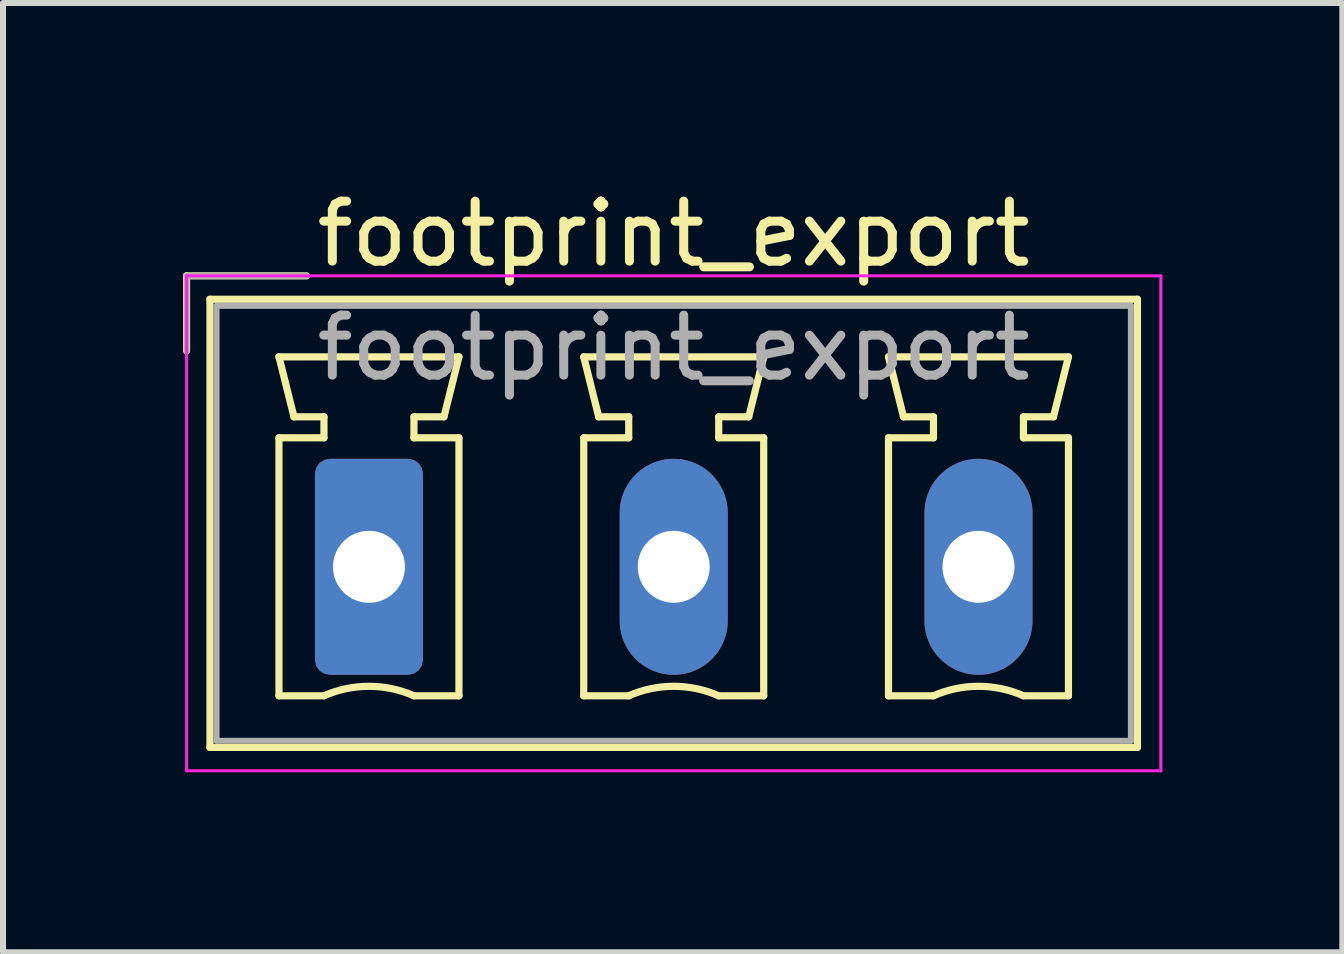
<source format=kicad_pcb>
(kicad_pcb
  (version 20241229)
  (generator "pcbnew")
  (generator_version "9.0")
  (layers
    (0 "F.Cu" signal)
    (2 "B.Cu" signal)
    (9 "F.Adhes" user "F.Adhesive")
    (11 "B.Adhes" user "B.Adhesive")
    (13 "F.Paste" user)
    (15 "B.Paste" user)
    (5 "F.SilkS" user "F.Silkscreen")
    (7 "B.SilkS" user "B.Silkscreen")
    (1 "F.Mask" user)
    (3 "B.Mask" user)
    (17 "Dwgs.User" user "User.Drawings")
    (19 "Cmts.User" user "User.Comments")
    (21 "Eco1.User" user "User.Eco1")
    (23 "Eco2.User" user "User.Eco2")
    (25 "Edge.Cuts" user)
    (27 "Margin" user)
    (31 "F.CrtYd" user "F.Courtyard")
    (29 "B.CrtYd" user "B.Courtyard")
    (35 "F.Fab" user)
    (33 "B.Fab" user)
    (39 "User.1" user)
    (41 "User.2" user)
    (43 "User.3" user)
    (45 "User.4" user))
  (footprint "footprint_export"
    (layer "F.Cu")
    (at 3.1 6.398)
    (property "Reference" "footprint_export" (at 5.08 -5.55 0) (layer "F.SilkS") (effects (font (size 1 1) (thickness 0.15))))
    (attr through_hole)
    (fp_line (start -3.04 -4.85) (end -1.04 -4.85) (stroke (width 0.12) (type solid)) (layer "F.SilkS"))
    (fp_line (start -3.04 -3.6) (end -3.04 -4.85) (stroke (width 0.12) (type solid)) (layer "F.SilkS"))
    (fp_line (start -2.65 -4.46) (end -2.65 3.01) (stroke (width 0.12) (type solid)) (layer "F.SilkS"))
    (fp_line (start -2.65 3.01) (end 12.81 3.01) (stroke (width 0.12) (type solid)) (layer "F.SilkS"))
    (fp_line (start -1.5 -3.5) (end 1.5 -3.5) (stroke (width 0.12) (type solid)) (layer "F.SilkS"))
    (fp_line (start -1.5 -2.15) (end -0.75 -2.15) (stroke (width 0.12) (type solid)) (layer "F.SilkS"))
    (fp_line (start -1.5 2.15) (end -1.5 -2.15) (stroke (width 0.12) (type solid)) (layer "F.SilkS"))
    (fp_line (start -1.25 -2.5) (end -1.5 -3.5) (stroke (width 0.12) (type solid)) (layer "F.SilkS"))
    (fp_line (start -0.75 -2.5) (end -1.25 -2.5) (stroke (width 0.12) (type solid)) (layer "F.SilkS"))
    (fp_line (start -0.75 -2.15) (end -0.75 -2.5) (stroke (width 0.12) (type solid)) (layer "F.SilkS"))
    (fp_line (start -0.75 2.15) (end -1.5 2.15) (stroke (width 0.12) (type solid)) (layer "F.SilkS"))
    (fp_line (start 0.75 -2.5) (end 0.75 -2.15) (stroke (width 0.12) (type solid)) (layer "F.SilkS"))
    (fp_line (start 0.75 -2.15) (end 1.5 -2.15) (stroke (width 0.12) (type solid)) (layer "F.SilkS"))
    (fp_line (start 1.25 -2.5) (end 0.75 -2.5) (stroke (width 0.12) (type solid)) (layer "F.SilkS"))
    (fp_line (start 1.5 -3.5) (end 1.25 -2.5) (stroke (width 0.12) (type solid)) (layer "F.SilkS"))
    (fp_line (start 1.5 -2.15) (end 1.5 2.15) (stroke (width 0.12) (type solid)) (layer "F.SilkS"))
    (fp_line (start 1.5 2.15) (end 0.75 2.15) (stroke (width 0.12) (type solid)) (layer "F.SilkS"))
    (fp_line (start 3.58 -3.5) (end 6.58 -3.5) (stroke (width 0.12) (type solid)) (layer "F.SilkS"))
    (fp_line (start 3.58 -2.15) (end 4.33 -2.15) (stroke (width 0.12) (type solid)) (layer "F.SilkS"))
    (fp_line (start 3.58 2.15) (end 3.58 -2.15) (stroke (width 0.12) (type solid)) (layer "F.SilkS"))
    (fp_line (start 3.83 -2.5) (end 3.58 -3.5) (stroke (width 0.12) (type solid)) (layer "F.SilkS"))
    (fp_line (start 4.33 -2.5) (end 3.83 -2.5) (stroke (width 0.12) (type solid)) (layer "F.SilkS"))
    (fp_line (start 4.33 -2.15) (end 4.33 -2.5) (stroke (width 0.12) (type solid)) (layer "F.SilkS"))
    (fp_line (start 4.33 2.15) (end 3.58 2.15) (stroke (width 0.12) (type solid)) (layer "F.SilkS"))
    (fp_line (start 5.83 -2.5) (end 5.83 -2.15) (stroke (width 0.12) (type solid)) (layer "F.SilkS"))
    (fp_line (start 5.83 -2.15) (end 6.58 -2.15) (stroke (width 0.12) (type solid)) (layer "F.SilkS"))
    (fp_line (start 6.33 -2.5) (end 5.83 -2.5) (stroke (width 0.12) (type solid)) (layer "F.SilkS"))
    (fp_line (start 6.58 -3.5) (end 6.33 -2.5) (stroke (width 0.12) (type solid)) (layer "F.SilkS"))
    (fp_line (start 6.58 -2.15) (end 6.58 2.15) (stroke (width 0.12) (type solid)) (layer "F.SilkS"))
    (fp_line (start 6.58 2.15) (end 5.83 2.15) (stroke (width 0.12) (type solid)) (layer "F.SilkS"))
    (fp_line (start 8.66 -3.5) (end 11.66 -3.5) (stroke (width 0.12) (type solid)) (layer "F.SilkS"))
    (fp_line (start 8.66 -2.15) (end 9.41 -2.15) (stroke (width 0.12) (type solid)) (layer "F.SilkS"))
    (fp_line (start 8.66 2.15) (end 8.66 -2.15) (stroke (width 0.12) (type solid)) (layer "F.SilkS"))
    (fp_line (start 8.91 -2.5) (end 8.66 -3.5) (stroke (width 0.12) (type solid)) (layer "F.SilkS"))
    (fp_line (start 9.41 -2.5) (end 8.91 -2.5) (stroke (width 0.12) (type solid)) (layer "F.SilkS"))
    (fp_line (start 9.41 -2.15) (end 9.41 -2.5) (stroke (width 0.12) (type solid)) (layer "F.SilkS"))
    (fp_line (start 9.41 2.15) (end 8.66 2.15) (stroke (width 0.12) (type solid)) (layer "F.SilkS"))
    (fp_line (start 10.91 -2.5) (end 10.91 -2.15) (stroke (width 0.12) (type solid)) (layer "F.SilkS"))
    (fp_line (start 10.91 -2.15) (end 11.66 -2.15) (stroke (width 0.12) (type solid)) (layer "F.SilkS"))
    (fp_line (start 11.41 -2.5) (end 10.91 -2.5) (stroke (width 0.12) (type solid)) (layer "F.SilkS"))
    (fp_line (start 11.66 -3.5) (end 11.41 -2.5) (stroke (width 0.12) (type solid)) (layer "F.SilkS"))
    (fp_line (start 11.66 -2.15) (end 11.66 2.15) (stroke (width 0.12) (type solid)) (layer "F.SilkS"))
    (fp_line (start 11.66 2.15) (end 10.91 2.15) (stroke (width 0.12) (type solid)) (layer "F.SilkS"))
    (fp_line (start 12.81 -4.46) (end -2.65 -4.46) (stroke (width 0.12) (type solid)) (layer "F.SilkS"))
    (fp_line (start 12.81 3.01) (end 12.81 -4.46) (stroke (width 0.12) (type solid)) (layer "F.SilkS"))
    (fp_arc (start -0.75 2.15) (mid -0.000193 1.99191) (end 0.749647 2.149844) (stroke (width 0.12) (type solid)) (layer "F.SilkS"))
    (fp_arc (start 4.33 2.15) (mid 5.079807 1.99191) (end 5.829647 2.149844) (stroke (width 0.12) (type solid)) (layer "F.SilkS"))
    (fp_arc (start 9.41 2.15) (mid 10.159807 1.99191) (end 10.909647 2.149844) (stroke (width 0.12) (type solid)) (layer "F.SilkS"))
    (fp_line (start -3.04 -4.85) (end -3.04 3.4) (stroke (width 0.05) (type solid)) (layer "F.CrtYd"))
    (fp_line (start -3.04 3.4) (end 13.2 3.4) (stroke (width 0.05) (type solid)) (layer "F.CrtYd"))
    (fp_line (start 13.2 -4.85) (end -3.04 -4.85) (stroke (width 0.05) (type solid)) (layer "F.CrtYd"))
    (fp_line (start 13.2 3.4) (end 13.2 -4.85) (stroke (width 0.05) (type solid)) (layer "F.CrtYd"))
    (fp_line (start -3.04 -4.85) (end -1.04 -4.85) (stroke (width 0.1) (type solid)) (layer "F.Fab"))
    (fp_line (start -3.04 -3.6) (end -3.04 -4.85) (stroke (width 0.1) (type solid)) (layer "F.Fab"))
    (fp_line (start -2.54 -4.35) (end -2.54 2.9) (stroke (width 0.1) (type solid)) (layer "F.Fab"))
    (fp_line (start -2.54 2.9) (end 12.7 2.9) (stroke (width 0.1) (type solid)) (layer "F.Fab"))
    (fp_line (start 12.7 -4.35) (end -2.54 -4.35) (stroke (width 0.1) (type solid)) (layer "F.Fab"))
    (fp_line (start 12.7 2.9) (end 12.7 -4.35) (stroke (width 0.1) (type solid)) (layer "F.Fab"))
    (fp_text user "${REFERENCE}" (at 5.08 -3.65 0) (layer "F.Fab") (effects (font (size 1 1) (thickness 0.15))))
    (pad "1" thru_hole roundrect (at 0 0) (size 1.8 3.6) (drill 1.2) (layers "*.Cu" "*.Mask") (roundrect_rratio 0.139))
    (pad "2" thru_hole oval (at 5.08 0) (size 1.8 3.6) (drill 1.2) (layers "*.Cu" "*.Mask"))
    (pad "3" thru_hole oval (at 10.16 0) (size 1.8 3.6) (drill 1.2) (layers "*.Cu" "*.Mask")))
  (gr_rect
    (start -3 -3)
    (end 19.325 12.823)
    (stroke (width 0.1) (type default))
    (fill no)
    (layer "Edge.Cuts")))
</source>
